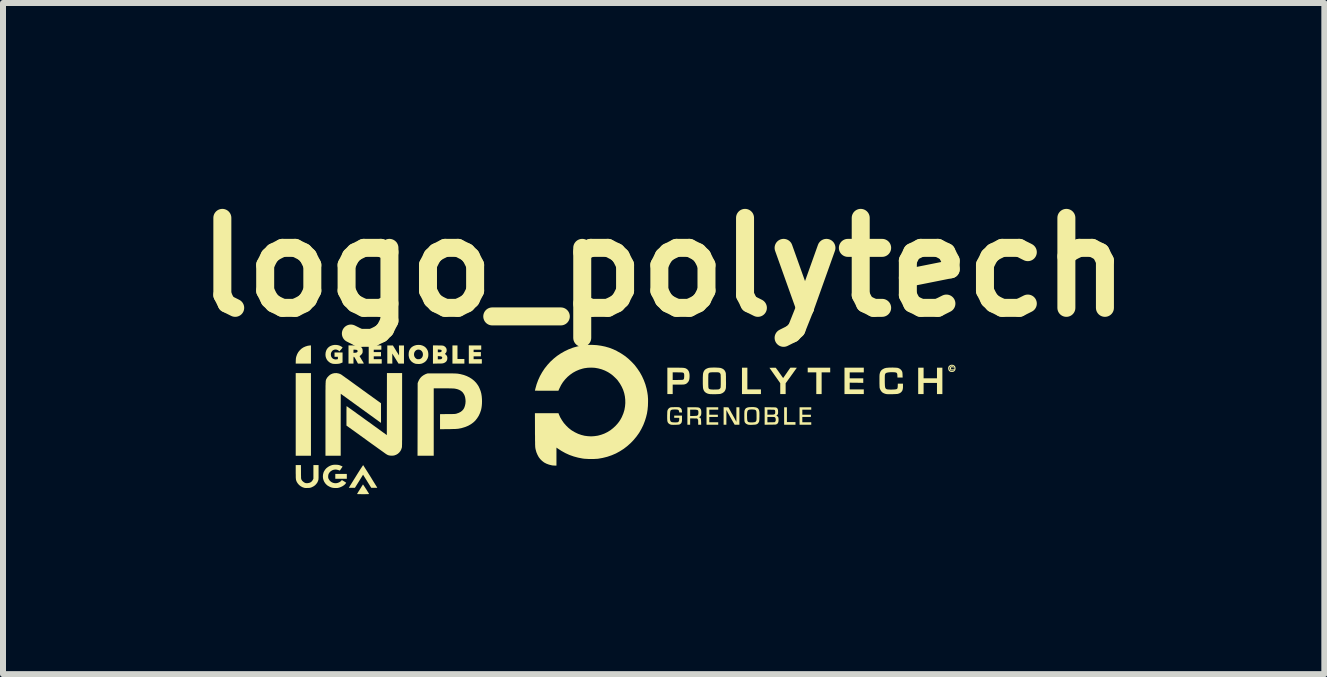
<source format=kicad_pcb>
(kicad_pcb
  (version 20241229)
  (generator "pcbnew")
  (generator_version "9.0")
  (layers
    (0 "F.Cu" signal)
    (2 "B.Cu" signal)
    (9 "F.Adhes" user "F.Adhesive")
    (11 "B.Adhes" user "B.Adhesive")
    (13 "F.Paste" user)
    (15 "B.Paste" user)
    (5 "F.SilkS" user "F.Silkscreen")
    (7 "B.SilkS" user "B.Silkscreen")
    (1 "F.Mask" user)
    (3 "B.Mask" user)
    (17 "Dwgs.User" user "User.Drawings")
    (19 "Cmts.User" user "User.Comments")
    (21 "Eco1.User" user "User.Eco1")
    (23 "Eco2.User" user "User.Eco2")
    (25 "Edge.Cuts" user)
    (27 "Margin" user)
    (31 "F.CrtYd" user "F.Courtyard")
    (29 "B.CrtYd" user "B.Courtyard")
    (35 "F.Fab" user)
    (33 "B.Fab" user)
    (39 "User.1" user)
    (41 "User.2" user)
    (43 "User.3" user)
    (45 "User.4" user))
  (footprint "logo_polytech"
    (layer "F.Cu")
    (at 7.379 3.944)
    (property "Reference" "logo_polytech" (at 0.635 -2.54 0) (layer "F.SilkS") (effects (font (size 1.5 1.5) (thickness 0.3))))
    (attr board_only exclude_from_pos_files exclude_from_bom)
    (fp_poly (pts (xy -5.245 -0.085) (xy -5.245 0.604) (xy -5.372 0.604) (xy -5.499 0.604) (xy -5.499 -0.085) (xy -5.499 -0.774) (xy -5.372 -0.774) (xy -5.245 -0.774)) (stroke (width 0) (type solid)) (fill yes) (layer "F.SilkS"))
    (fp_poly (pts (xy -4.647 0.947) (xy -4.647 0.988) (xy -4.743 0.988) (xy -4.839 0.988) (xy -4.839 0.947) (xy -4.839 0.907) (xy -4.743 0.907) (xy -4.647 0.907)) (stroke (width 0) (type solid)) (fill yes) (layer "F.SilkS"))
    (fp_poly (pts (xy -2.802 -1.122) (xy -2.802 -1.009) (xy -2.745 -1.009) (xy -2.687 -1.009) (xy -2.687 -0.971) (xy -2.687 -0.932) (xy -2.786 -0.932) (xy -2.886 -0.932) (xy -2.886 -1.084) (xy -2.886 -1.235) (xy -2.844 -1.235) (xy -2.802 -1.235)) (stroke (width 0) (type solid)) (fill yes) (layer "F.SilkS"))
    (fp_poly (pts (xy 2.031 -0.683) (xy 2.031 -0.502) (xy 2.144 -0.502) (xy 2.257 -0.502) (xy 2.257 -0.463) (xy 2.257 -0.424) (xy 2.099 -0.424) (xy 1.941 -0.424) (xy 1.941 -0.644) (xy 1.941 -0.864) (xy 1.986 -0.864) (xy 2.031 -0.864)) (stroke (width 0) (type solid)) (fill yes) (layer "F.SilkS"))
    (fp_poly (pts (xy 2.69 -0.08) (xy 2.69 0.043) (xy 2.762 0.043) (xy 2.833 0.043) (xy 2.833 0.065) (xy 2.833 0.087) (xy 2.738 0.087) (xy 2.644 0.087) (xy 2.644 -0.059) (xy 2.644 -0.204) (xy 2.667 -0.204) (xy 2.69 -0.204)) (stroke (width 0) (type solid)) (fill yes) (layer "F.SilkS"))
    (fp_poly (pts (xy 3.412 -0.825) (xy 3.412 -0.786) (xy 3.341 -0.786) (xy 3.269 -0.786) (xy 3.269 -0.605) (xy 3.269 -0.424) (xy 3.225 -0.424) (xy 3.18 -0.424) (xy 3.18 -0.605) (xy 3.18 -0.786) (xy 3.108 -0.786) (xy 3.037 -0.786) (xy 3.037 -0.825) (xy 3.037 -0.864) (xy 3.225 -0.864) (xy 3.412 -0.864)) (stroke (width 0) (type solid)) (fill yes) (layer "F.SilkS"))
    (fp_poly (pts (xy -5.245 -1.084) (xy -5.245 -0.932) (xy -5.372 -0.932) (xy -5.499 -0.932) (xy -5.498 -0.979) (xy -5.497 -1) (xy -5.496 -1.016) (xy -5.494 -1.03) (xy -5.491 -1.042) (xy -5.488 -1.054) (xy -5.474 -1.091) (xy -5.455 -1.125) (xy -5.431 -1.154) (xy -5.404 -1.18) (xy -5.373 -1.201) (xy -5.338 -1.217) (xy -5.3 -1.229) (xy -5.267 -1.234) (xy -5.245 -1.236)) (stroke (width 0) (type solid)) (fill yes) (layer "F.SilkS"))
    (fp_poly (pts (xy -4.071 -1.2) (xy -4.071 -1.164) (xy -4.135 -1.164) (xy -4.198 -1.164) (xy -4.198 -1.144) (xy -4.198 -1.124) (xy -4.138 -1.124) (xy -4.077 -1.124) (xy -4.077 -1.088) (xy -4.077 -1.053) (xy -4.138 -1.053) (xy -4.198 -1.053) (xy -4.198 -1.029) (xy -4.198 -1.006) (xy -4.132 -1.006) (xy -4.065 -1.006) (xy -4.065 -0.969) (xy -4.065 -0.932) (xy -4.173 -0.932) (xy -4.282 -0.932) (xy -4.282 -1.084) (xy -4.282 -1.235) (xy -4.177 -1.235) (xy -4.071 -1.235)) (stroke (width 0) (type solid)) (fill yes) (layer "F.SilkS"))
    (fp_poly (pts (xy -2.406 -1.2) (xy -2.406 -1.164) (xy -2.469 -1.164) (xy -2.533 -1.164) (xy -2.533 -1.144) (xy -2.533 -1.124) (xy -2.472 -1.124) (xy -2.412 -1.124) (xy -2.412 -1.088) (xy -2.412 -1.053) (xy -2.472 -1.053) (xy -2.533 -1.053) (xy -2.533 -1.029) (xy -2.533 -1.006) (xy -2.464 -1.006) (xy -2.396 -1.006) (xy -2.396 -0.969) (xy -2.396 -0.932) (xy -2.505 -0.932) (xy -2.613 -0.932) (xy -2.613 -1.084) (xy -2.613 -1.235) (xy -2.509 -1.235) (xy -2.406 -1.235)) (stroke (width 0) (type solid)) (fill yes) (layer "F.SilkS"))
    (fp_poly (pts (xy 1.545 -0.184) (xy 1.545 -0.164) (xy 1.471 -0.164) (xy 1.396 -0.164) (xy 1.396 -0.122) (xy 1.396 -0.08) (xy 1.468 -0.08) (xy 1.539 -0.08) (xy 1.539 -0.062) (xy 1.539 -0.043) (xy 1.468 -0.043) (xy 1.396 -0.043) (xy 1.396 0.002) (xy 1.396 0.046) (xy 1.471 0.046) (xy 1.545 0.046) (xy 1.545 0.067) (xy 1.545 0.087) (xy 1.447 0.087) (xy 1.35 0.087) (xy 1.35 -0.059) (xy 1.35 -0.204) (xy 1.447 -0.204) (xy 1.545 -0.204)) (stroke (width 0) (type solid)) (fill yes) (layer "F.SilkS"))
    (fp_poly (pts (xy 3.096 -0.184) (xy 3.096 -0.164) (xy 3.022 -0.164) (xy 2.947 -0.164) (xy 2.947 -0.122) (xy 2.947 -0.08) (xy 3.019 -0.08) (xy 3.09 -0.08) (xy 3.09 -0.062) (xy 3.09 -0.043) (xy 3.019 -0.043) (xy 2.947 -0.043) (xy 2.947 0.002) (xy 2.947 0.046) (xy 3.022 0.046) (xy 3.096 0.046) (xy 3.096 0.067) (xy 3.096 0.087) (xy 2.999 0.087) (xy 2.901 0.087) (xy 2.901 -0.059) (xy 2.901 -0.204) (xy 2.999 -0.204) (xy 3.096 -0.204)) (stroke (width 0) (type solid)) (fill yes) (layer "F.SilkS"))
    (fp_poly (pts (xy 3.972 -0.825) (xy 3.972 -0.786) (xy 3.855 -0.786) (xy 3.737 -0.786) (xy 3.737 -0.737) (xy 3.737 -0.687) (xy 3.85 -0.687) (xy 3.963 -0.687) (xy 3.963 -0.649) (xy 3.963 -0.611) (xy 3.85 -0.613) (xy 3.737 -0.614) (xy 3.737 -0.558) (xy 3.737 -0.502) (xy 3.855 -0.502) (xy 3.972 -0.502) (xy 3.972 -0.463) (xy 3.972 -0.424) (xy 3.811 -0.424) (xy 3.65 -0.424) (xy 3.65 -0.644) (xy 3.65 -0.864) (xy 3.811 -0.864) (xy 3.972 -0.864)) (stroke (width 0) (type solid)) (fill yes) (layer "F.SilkS"))
    (fp_poly (pts (xy 4.969 -0.776) (xy 4.969 -0.687) (xy 5.081 -0.687) (xy 5.192 -0.687) (xy 5.192 -0.776) (xy 5.192 -0.864) (xy 5.237 -0.864) (xy 5.282 -0.864) (xy 5.282 -0.644) (xy 5.282 -0.424) (xy 5.237 -0.424) (xy 5.192 -0.424) (xy 5.192 -0.517) (xy 5.192 -0.61) (xy 5.081 -0.61) (xy 4.969 -0.61) (xy 4.969 -0.517) (xy 4.969 -0.424) (xy 4.924 -0.424) (xy 4.879 -0.424) (xy 4.879 -0.644) (xy 4.879 -0.864) (xy 4.924 -0.864) (xy 4.969 -0.864)) (stroke (width 0) (type solid)) (fill yes) (layer "F.SilkS"))
    (fp_poly (pts (xy 1.674 -0.204) (xy 1.714 -0.203) (xy 1.757 -0.127) (xy 1.769 -0.104) (xy 1.783 -0.081) (xy 1.796 -0.057) (xy 1.808 -0.036) (xy 1.818 -0.017) (xy 1.824 -0.006) (xy 1.848 0.039) (xy 1.848 -0.083) (xy 1.848 -0.204) (xy 1.873 -0.204) (xy 1.898 -0.204) (xy 1.898 -0.059) (xy 1.898 0.087) (xy 1.858 0.087) (xy 1.819 0.087) (xy 1.793 0.042) (xy 1.848 0.042) (xy 1.85 0.043) (xy 1.851 0.042) (xy 1.85 0.04) (xy 1.848 0.042) (xy 1.793 0.042) (xy 1.766 -0.005) (xy 1.753 -0.028) (xy 1.74 -0.051) (xy 1.728 -0.073) (xy 1.717 -0.093) (xy 1.707 -0.11) (xy 1.7 -0.123) (xy 1.698 -0.128) (xy 1.681 -0.159) (xy 1.681 -0.036) (xy 1.681 0.087) (xy 1.658 0.087) (xy 1.635 0.087) (xy 1.635 -0.059) (xy 1.635 -0.205)) (stroke (width 0) (type solid)) (fill yes) (layer "F.SilkS"))
    (fp_poly (pts (xy -4.376 1.085) (xy -4.371 1.091) (xy -4.364 1.101) (xy -4.355 1.115) (xy -4.345 1.13) (xy -4.334 1.147) (xy -4.323 1.164) (xy -4.312 1.181) (xy -4.302 1.198) (xy -4.292 1.213) (xy -4.285 1.225) (xy -4.28 1.234) (xy -4.277 1.239) (xy -4.277 1.241) (xy -4.278 1.242) (xy -4.281 1.243) (xy -4.286 1.243) (xy -4.294 1.244) (xy -4.306 1.244) (xy -4.322 1.244) (xy -4.343 1.245) (xy -4.37 1.245) (xy -4.376 1.245) (xy -4.4 1.245) (xy -4.422 1.244) (xy -4.442 1.244) (xy -4.458 1.244) (xy -4.469 1.243) (xy -4.476 1.243) (xy -4.477 1.243) (xy -4.475 1.24) (xy -4.471 1.232) (xy -4.464 1.221) (xy -4.456 1.207) (xy -4.446 1.191) (xy -4.435 1.174) (xy -4.424 1.156) (xy -4.413 1.139) (xy -4.403 1.122) (xy -4.394 1.108) (xy -4.386 1.096) (xy -4.381 1.087) (xy -4.378 1.083) (xy -4.378 1.083)) (stroke (width 0) (type solid)) (fill yes) (layer "F.SilkS"))
    (fp_poly (pts (xy -3.925 -1.235) (xy -3.878 -1.234) (xy -3.828 -1.152) (xy -3.816 -1.132) (xy -3.804 -1.114) (xy -3.794 -1.098) (xy -3.786 -1.084) (xy -3.78 -1.075) (xy -3.777 -1.07) (xy -3.776 -1.069) (xy -3.776 -1.072) (xy -3.776 -1.08) (xy -3.776 -1.092) (xy -3.776 -1.109) (xy -3.776 -1.128) (xy -3.776 -1.15) (xy -3.776 -1.151) (xy -3.778 -1.235) (xy -3.736 -1.235) (xy -3.694 -1.235) (xy -3.694 -1.084) (xy -3.694 -0.932) (xy -3.74 -0.932) (xy -3.785 -0.932) (xy -3.835 -1.013) (xy -3.848 -1.034) (xy -3.859 -1.052) (xy -3.87 -1.069) (xy -3.878 -1.082) (xy -3.884 -1.092) (xy -3.887 -1.097) (xy -3.888 -1.098) (xy -3.889 -1.096) (xy -3.889 -1.089) (xy -3.889 -1.077) (xy -3.889 -1.061) (xy -3.889 -1.041) (xy -3.889 -1.02) (xy -3.889 -1.017) (xy -3.888 -0.932) (xy -3.93 -0.932) (xy -3.972 -0.932) (xy -3.972 -1.084) (xy -3.972 -1.235)) (stroke (width 0) (type solid)) (fill yes) (layer "F.SilkS"))
    (fp_poly (pts (xy 2.819 -0.864) (xy 2.834 -0.863) (xy 2.845 -0.863) (xy 2.853 -0.863) (xy 2.855 -0.862) (xy 2.853 -0.859) (xy 2.848 -0.852) (xy 2.84 -0.841) (xy 2.829 -0.826) (xy 2.816 -0.808) (xy 2.801 -0.787) (xy 2.785 -0.764) (xy 2.767 -0.74) (xy 2.762 -0.732) (xy 2.669 -0.604) (xy 2.669 -0.514) (xy 2.669 -0.424) (xy 2.624 -0.424) (xy 2.579 -0.424) (xy 2.579 -0.515) (xy 2.579 -0.606) (xy 2.489 -0.734) (xy 2.399 -0.862) (xy 2.45 -0.863) (xy 2.467 -0.863) (xy 2.482 -0.863) (xy 2.494 -0.863) (xy 2.501 -0.863) (xy 2.503 -0.863) (xy 2.506 -0.86) (xy 2.512 -0.853) (xy 2.52 -0.841) (xy 2.531 -0.827) (xy 2.543 -0.81) (xy 2.557 -0.791) (xy 2.567 -0.776) (xy 2.627 -0.691) (xy 2.651 -0.725) (xy 2.661 -0.739) (xy 2.673 -0.757) (xy 2.687 -0.776) (xy 2.7 -0.796) (xy 2.711 -0.812) (xy 2.748 -0.864) (xy 2.801 -0.864)) (stroke (width 0) (type solid)) (fill yes) (layer "F.SilkS"))
    (fp_poly (pts (xy 5.452 -0.888) (xy 5.459 -0.885) (xy 5.464 -0.882) (xy 5.47 -0.873) (xy 5.472 -0.867) (xy 5.468 -0.864) (xy 5.466 -0.864) (xy 5.458 -0.866) (xy 5.453 -0.868) (xy 5.446 -0.872) (xy 5.437 -0.872) (xy 5.43 -0.868) (xy 5.427 -0.862) (xy 5.426 -0.853) (xy 5.426 -0.853) (xy 5.427 -0.844) (xy 5.43 -0.838) (xy 5.43 -0.838) (xy 5.437 -0.834) (xy 5.445 -0.833) (xy 5.453 -0.836) (xy 5.455 -0.839) (xy 5.46 -0.843) (xy 5.466 -0.845) (xy 5.471 -0.844) (xy 5.474 -0.841) (xy 5.474 -0.841) (xy 5.471 -0.835) (xy 5.465 -0.827) (xy 5.458 -0.821) (xy 5.45 -0.817) (xy 5.449 -0.816) (xy 5.44 -0.816) (xy 5.432 -0.818) (xy 5.419 -0.824) (xy 5.411 -0.834) (xy 5.408 -0.848) (xy 5.407 -0.853) (xy 5.408 -0.864) (xy 5.41 -0.871) (xy 5.415 -0.878) (xy 5.416 -0.879) (xy 5.423 -0.885) (xy 5.43 -0.888) (xy 5.439 -0.889) (xy 5.441 -0.889)) (stroke (width 0) (type solid)) (fill yes) (layer "F.SilkS"))
    (fp_poly (pts (xy 5.445 -0.913) (xy 5.446 -0.913) (xy 5.465 -0.909) (xy 5.481 -0.9) (xy 5.493 -0.887) (xy 5.5 -0.87) (xy 5.502 -0.852) (xy 5.5 -0.834) (xy 5.493 -0.819) (xy 5.481 -0.805) (xy 5.479 -0.804) (xy 5.472 -0.799) (xy 5.466 -0.796) (xy 5.457 -0.794) (xy 5.445 -0.793) (xy 5.443 -0.793) (xy 5.428 -0.793) (xy 5.417 -0.795) (xy 5.41 -0.798) (xy 5.394 -0.809) (xy 5.384 -0.824) (xy 5.379 -0.842) (xy 5.378 -0.857) (xy 5.398 -0.857) (xy 5.399 -0.842) (xy 5.404 -0.829) (xy 5.413 -0.819) (xy 5.424 -0.812) (xy 5.437 -0.808) (xy 5.45 -0.809) (xy 5.463 -0.815) (xy 5.464 -0.816) (xy 5.476 -0.829) (xy 5.482 -0.844) (xy 5.483 -0.859) (xy 5.478 -0.873) (xy 5.469 -0.886) (xy 5.466 -0.888) (xy 5.452 -0.895) (xy 5.438 -0.897) (xy 5.425 -0.894) (xy 5.413 -0.886) (xy 5.404 -0.875) (xy 5.398 -0.86) (xy 5.398 -0.857) (xy 5.378 -0.857) (xy 5.378 -0.859) (xy 5.382 -0.877) (xy 5.391 -0.891) (xy 5.405 -0.903) (xy 5.411 -0.906) (xy 5.423 -0.911) (xy 5.433 -0.913)) (stroke (width 0) (type solid)) (fill yes) (layer "F.SilkS"))
    (fp_poly (pts (xy -4.373 0.762) (xy -4.371 0.765) (xy -4.366 0.773) (xy -4.358 0.786) (xy -4.348 0.802) (xy -4.336 0.821) (xy -4.322 0.843) (xy -4.307 0.866) (xy -4.291 0.892) (xy -4.274 0.919) (xy -4.257 0.946) (xy -4.24 0.973) (xy -4.224 1) (xy -4.208 1.026) (xy -4.193 1.05) (xy -4.179 1.072) (xy -4.167 1.092) (xy -4.156 1.109) (xy -4.148 1.122) (xy -4.143 1.131) (xy -4.14 1.135) (xy -4.14 1.135) (xy -4.141 1.137) (xy -4.143 1.138) (xy -4.149 1.139) (xy -4.159 1.139) (xy -4.174 1.139) (xy -4.189 1.139) (xy -4.24 1.138) (xy -4.308 1.029) (xy -4.376 0.92) (xy -4.444 1.03) (xy -4.512 1.139) (xy -4.563 1.139) (xy -4.58 1.139) (xy -4.594 1.139) (xy -4.605 1.138) (xy -4.612 1.138) (xy -4.613 1.137) (xy -4.612 1.135) (xy -4.607 1.127) (xy -4.599 1.115) (xy -4.59 1.099) (xy -4.577 1.079) (xy -4.563 1.056) (xy -4.547 1.031) (xy -4.53 1.003) (xy -4.511 0.973) (xy -4.495 0.947) (xy -4.472 0.91) (xy -4.452 0.878) (xy -4.434 0.85) (xy -4.42 0.827) (xy -4.407 0.808) (xy -4.397 0.793) (xy -4.389 0.781) (xy -4.383 0.772) (xy -4.379 0.766) (xy -4.376 0.763) (xy -4.374 0.762)) (stroke (width 0) (type solid)) (fill yes) (layer "F.SilkS"))
    (fp_poly (pts (xy -5.411 0.872) (xy -5.411 0.902) (xy -5.411 0.926) (xy -5.41 0.945) (xy -5.41 0.96) (xy -5.41 0.972) (xy -5.409 0.98) (xy -5.408 0.987) (xy -5.407 0.992) (xy -5.405 0.997) (xy -5.404 1.001) (xy -5.403 1.002) (xy -5.393 1.019) (xy -5.378 1.034) (xy -5.361 1.047) (xy -5.345 1.056) (xy -5.333 1.06) (xy -5.322 1.061) (xy -5.309 1.062) (xy -5.302 1.061) (xy -5.276 1.057) (xy -5.253 1.048) (xy -5.234 1.034) (xy -5.219 1.015) (xy -5.214 1.006) (xy -5.204 0.987) (xy -5.204 0.873) (xy -5.204 0.759) (xy -5.161 0.759) (xy -5.118 0.759) (xy -5.118 0.877) (xy -5.118 0.908) (xy -5.118 0.933) (xy -5.118 0.953) (xy -5.118 0.97) (xy -5.119 0.982) (xy -5.119 0.992) (xy -5.12 1) (xy -5.121 1.006) (xy -5.123 1.012) (xy -5.124 1.016) (xy -5.136 1.046) (xy -5.154 1.072) (xy -5.176 1.096) (xy -5.203 1.115) (xy -5.233 1.13) (xy -5.239 1.132) (xy -5.25 1.136) (xy -5.26 1.138) (xy -5.271 1.14) (xy -5.285 1.141) (xy -5.302 1.141) (xy -5.324 1.142) (xy -5.342 1.141) (xy -5.355 1.139) (xy -5.359 1.138) (xy -5.39 1.127) (xy -5.418 1.111) (xy -5.443 1.091) (xy -5.464 1.067) (xy -5.481 1.041) (xy -5.492 1.013) (xy -5.494 1.005) (xy -5.495 0.999) (xy -5.496 0.99) (xy -5.497 0.979) (xy -5.498 0.964) (xy -5.498 0.946) (xy -5.498 0.923) (xy -5.499 0.895) (xy -5.499 0.872) (xy -5.499 0.759) (xy -5.455 0.759) (xy -5.412 0.759)) (stroke (width 0) (type solid)) (fill yes) (layer "F.SilkS"))
    (fp_poly (pts (xy -3.419 -1.242) (xy -3.41 -1.24) (xy -3.381 -1.231) (xy -3.354 -1.217) (xy -3.331 -1.198) (xy -3.313 -1.176) (xy -3.299 -1.15) (xy -3.293 -1.131) (xy -3.29 -1.114) (xy -3.288 -1.094) (xy -3.288 -1.073) (xy -3.29 -1.053) (xy -3.291 -1.046) (xy -3.3 -1.018) (xy -3.315 -0.992) (xy -3.333 -0.97) (xy -3.356 -0.952) (xy -3.383 -0.938) (xy -3.405 -0.93) (xy -3.419 -0.928) (xy -3.436 -0.926) (xy -3.456 -0.926) (xy -3.475 -0.927) (xy -3.492 -0.928) (xy -3.503 -0.93) (xy -3.532 -0.941) (xy -3.558 -0.958) (xy -3.572 -0.97) (xy -3.59 -0.992) (xy -3.603 -1.014) (xy -3.611 -1.039) (xy -3.616 -1.067) (xy -3.616 -1.085) (xy -3.616 -1.087) (xy -3.527 -1.087) (xy -3.525 -1.066) (xy -3.519 -1.048) (xy -3.509 -1.032) (xy -3.496 -1.019) (xy -3.48 -1.009) (xy -3.476 -1.007) (xy -3.463 -1.005) (xy -3.448 -1.005) (xy -3.432 -1.007) (xy -3.419 -1.012) (xy -3.403 -1.023) (xy -3.39 -1.039) (xy -3.382 -1.057) (xy -3.378 -1.077) (xy -3.379 -1.097) (xy -3.383 -1.116) (xy -3.393 -1.134) (xy -3.401 -1.144) (xy -3.418 -1.157) (xy -3.436 -1.164) (xy -3.456 -1.166) (xy -3.475 -1.163) (xy -3.493 -1.154) (xy -3.505 -1.143) (xy -3.517 -1.127) (xy -3.524 -1.108) (xy -3.527 -1.087) (xy -3.616 -1.087) (xy -3.615 -1.109) (xy -3.612 -1.129) (xy -3.607 -1.147) (xy -3.598 -1.165) (xy -3.597 -1.167) (xy -3.582 -1.19) (xy -3.562 -1.209) (xy -3.538 -1.224) (xy -3.511 -1.235) (xy -3.482 -1.242) (xy -3.451 -1.244)) (stroke (width 0) (type solid)) (fill yes) (layer "F.SilkS"))
    (fp_poly (pts (xy -4.795 -1.24) (xy -4.774 -1.234) (xy -4.761 -1.229) (xy -4.748 -1.222) (xy -4.736 -1.215) (xy -4.726 -1.209) (xy -4.72 -1.203) (xy -4.718 -1.2) (xy -4.72 -1.196) (xy -4.725 -1.19) (xy -4.733 -1.179) (xy -4.745 -1.165) (xy -4.761 -1.148) (xy -4.771 -1.136) (xy -4.782 -1.147) (xy -4.798 -1.158) (xy -4.817 -1.165) (xy -4.837 -1.167) (xy -4.857 -1.164) (xy -4.875 -1.156) (xy -4.889 -1.145) (xy -4.9 -1.13) (xy -4.909 -1.113) (xy -4.911 -1.107) (xy -4.913 -1.089) (xy -4.912 -1.069) (xy -4.907 -1.05) (xy -4.903 -1.041) (xy -4.891 -1.025) (xy -4.876 -1.013) (xy -4.857 -1.005) (xy -4.836 -1.001) (xy -4.815 -1.003) (xy -4.806 -1.005) (xy -4.799 -1.006) (xy -4.797 -1.006) (xy -4.796 -1.009) (xy -4.796 -1.016) (xy -4.796 -1.026) (xy -4.796 -1.046) (xy -4.824 -1.046) (xy -4.852 -1.046) (xy -4.852 -1.082) (xy -4.852 -1.118) (xy -4.785 -1.118) (xy -4.718 -1.118) (xy -4.718 -1.034) (xy -4.718 -0.951) (xy -4.733 -0.945) (xy -4.75 -0.938) (xy -4.765 -0.933) (xy -4.781 -0.93) (xy -4.798 -0.928) (xy -4.82 -0.927) (xy -4.825 -0.927) (xy -4.85 -0.927) (xy -4.869 -0.928) (xy -4.883 -0.93) (xy -4.885 -0.93) (xy -4.914 -0.94) (xy -4.94 -0.956) (xy -4.962 -0.975) (xy -4.98 -0.999) (xy -4.993 -1.026) (xy -5.001 -1.055) (xy -5.003 -1.085) (xy -5 -1.117) (xy -4.992 -1.146) (xy -4.979 -1.173) (xy -4.961 -1.196) (xy -4.938 -1.215) (xy -4.919 -1.226) (xy -4.89 -1.237) (xy -4.859 -1.243) (xy -4.827 -1.244)) (stroke (width 0) (type solid)) (fill yes) (layer "F.SilkS"))
    (fp_poly (pts (xy -4.789 -0.769) (xy -4.76 -0.76) (xy -4.735 -0.746) (xy -4.73 -0.743) (xy -4.721 -0.736) (xy -4.708 -0.726) (xy -4.69 -0.714) (xy -4.669 -0.698) (xy -4.644 -0.681) (xy -4.616 -0.661) (xy -4.586 -0.639) (xy -4.553 -0.615) (xy -4.517 -0.589) (xy -4.48 -0.562) (xy -4.441 -0.534) (xy -4.402 -0.506) (xy -4.399 -0.503) (xy -4.077 -0.271) (xy -4.077 -0.108) (xy -4.077 0.056) (xy -4.091 0.047) (xy -4.095 0.044) (xy -4.104 0.037) (xy -4.117 0.028) (xy -4.134 0.015) (xy -4.155 -0.000097) (xy -4.18 -0.018) (xy -4.207 -0.038) (xy -4.238 -0.06) (xy -4.271 -0.084) (xy -4.306 -0.109) (xy -4.343 -0.136) (xy -4.382 -0.164) (xy -4.422 -0.193) (xy -4.426 -0.196) (xy -4.748 -0.429) (xy -4.749 0.087) (xy -4.749 0.604) (xy -4.876 0.604) (xy -5.003 0.604) (xy -5.003 -0.01) (xy -5.003 -0.084) (xy -5.003 -0.152) (xy -5.003 -0.214) (xy -5.003 -0.27) (xy -5.003 -0.322) (xy -5.003 -0.369) (xy -5.003 -0.411) (xy -5.003 -0.448) (xy -5.003 -0.482) (xy -5.002 -0.512) (xy -5.002 -0.538) (xy -5.002 -0.561) (xy -5.001 -0.581) (xy -5.001 -0.598) (xy -5 -0.612) (xy -4.999 -0.625) (xy -4.999 -0.635) (xy -4.998 -0.643) (xy -4.997 -0.65) (xy -4.995 -0.656) (xy -4.994 -0.661) (xy -4.993 -0.665) (xy -4.991 -0.669) (xy -4.989 -0.673) (xy -4.987 -0.676) (xy -4.985 -0.68) (xy -4.984 -0.682) (xy -4.974 -0.699) (xy -4.959 -0.716) (xy -4.942 -0.733) (xy -4.924 -0.747) (xy -4.911 -0.755) (xy -4.882 -0.767) (xy -4.851 -0.773) (xy -4.82 -0.774)) (stroke (width 0) (type solid)) (fill yes) (layer "F.SilkS"))
    (fp_poly (pts (xy 0.863 -0.864) (xy 0.893 -0.864) (xy 0.918 -0.863) (xy 0.939 -0.863) (xy 0.956 -0.862) (xy 0.969 -0.861) (xy 0.98 -0.859) (xy 0.989 -0.857) (xy 0.997 -0.855) (xy 1.004 -0.852) (xy 1.009 -0.85) (xy 1.029 -0.837) (xy 1.044 -0.82) (xy 1.056 -0.799) (xy 1.063 -0.774) (xy 1.067 -0.744) (xy 1.067 -0.711) (xy 1.065 -0.686) (xy 1.062 -0.666) (xy 1.057 -0.65) (xy 1.05 -0.635) (xy 1.04 -0.622) (xy 1.033 -0.614) (xy 1.022 -0.604) (xy 1.013 -0.597) (xy 1.003 -0.592) (xy 0.993 -0.589) (xy 0.986 -0.587) (xy 0.98 -0.585) (xy 0.972 -0.584) (xy 0.964 -0.583) (xy 0.952 -0.583) (xy 0.938 -0.582) (xy 0.919 -0.582) (xy 0.896 -0.582) (xy 0.879 -0.582) (xy 0.786 -0.582) (xy 0.786 -0.503) (xy 0.786 -0.424) (xy 0.742 -0.424) (xy 0.697 -0.424) (xy 0.697 -0.644) (xy 0.697 -0.787) (xy 0.786 -0.787) (xy 0.786 -0.723) (xy 0.786 -0.659) (xy 0.865 -0.659) (xy 0.888 -0.66) (xy 0.909 -0.66) (xy 0.928 -0.661) (xy 0.942 -0.661) (xy 0.952 -0.662) (xy 0.954 -0.663) (xy 0.963 -0.666) (xy 0.969 -0.671) (xy 0.973 -0.679) (xy 0.976 -0.691) (xy 0.977 -0.707) (xy 0.978 -0.717) (xy 0.978 -0.738) (xy 0.977 -0.755) (xy 0.974 -0.766) (xy 0.969 -0.775) (xy 0.962 -0.78) (xy 0.961 -0.78) (xy 0.957 -0.782) (xy 0.951 -0.783) (xy 0.942 -0.784) (xy 0.929 -0.785) (xy 0.913 -0.785) (xy 0.891 -0.786) (xy 0.869 -0.786) (xy 0.786 -0.787) (xy 0.697 -0.787) (xy 0.697 -0.864) (xy 0.828 -0.864)) (stroke (width 0) (type solid)) (fill yes) (layer "F.SilkS"))
    (fp_poly (pts (xy -4.536 -1.235) (xy -4.454 -1.234) (xy -4.434 -1.225) (xy -4.415 -1.213) (xy -4.399 -1.198) (xy -4.388 -1.181) (xy -4.388 -1.18) (xy -4.385 -1.168) (xy -4.383 -1.151) (xy -4.383 -1.142) (xy -4.383 -1.129) (xy -4.384 -1.119) (xy -4.386 -1.111) (xy -4.39 -1.102) (xy -4.392 -1.099) (xy -4.404 -1.083) (xy -4.42 -1.068) (xy -4.431 -1.06) (xy -4.433 -1.059) (xy -4.433 -1.056) (xy -4.431 -1.051) (xy -4.427 -1.043) (xy -4.42 -1.032) (xy -4.411 -1.017) (xy -4.4 -0.997) (xy -4.399 -0.997) (xy -4.389 -0.98) (xy -4.379 -0.964) (xy -4.372 -0.951) (xy -4.366 -0.941) (xy -4.363 -0.935) (xy -4.362 -0.934) (xy -4.365 -0.934) (xy -4.373 -0.933) (xy -4.386 -0.932) (xy -4.401 -0.932) (xy -4.412 -0.932) (xy -4.461 -0.932) (xy -4.491 -0.988) (xy -4.502 -1.008) (xy -4.511 -1.024) (xy -4.518 -1.034) (xy -4.523 -1.041) (xy -4.527 -1.045) (xy -4.529 -1.046) (xy -4.531 -1.046) (xy -4.533 -1.045) (xy -4.534 -1.043) (xy -4.535 -1.038) (xy -4.535 -1.029) (xy -4.536 -1.017) (xy -4.536 -0.999) (xy -4.536 -0.989) (xy -4.536 -0.932) (xy -4.578 -0.932) (xy -4.619 -0.932) (xy -4.619 -1.084) (xy -4.619 -1.164) (xy -4.536 -1.164) (xy -4.536 -1.137) (xy -4.536 -1.111) (xy -4.512 -1.113) (xy -4.498 -1.114) (xy -4.486 -1.117) (xy -4.479 -1.12) (xy -4.47 -1.128) (xy -4.467 -1.138) (xy -4.468 -1.148) (xy -4.475 -1.157) (xy -4.48 -1.16) (xy -4.487 -1.162) (xy -4.498 -1.163) (xy -4.51 -1.164) (xy -4.512 -1.164) (xy -4.536 -1.164) (xy -4.619 -1.164) (xy -4.619 -1.236)) (stroke (width 0) (type solid)) (fill yes) (layer "F.SilkS"))
    (fp_poly (pts (xy 1.146 -0.204) (xy 1.17 -0.204) (xy 1.189 -0.203) (xy 1.204 -0.202) (xy 1.216 -0.2) (xy 1.225 -0.198) (xy 1.232 -0.194) (xy 1.238 -0.19) (xy 1.244 -0.185) (xy 1.245 -0.183) (xy 1.254 -0.172) (xy 1.259 -0.158) (xy 1.262 -0.14) (xy 1.263 -0.117) (xy 1.263 -0.115) (xy 1.262 -0.091) (xy 1.257 -0.071) (xy 1.25 -0.057) (xy 1.238 -0.047) (xy 1.231 -0.043) (xy 1.222 -0.04) (xy 1.234 -0.034) (xy 1.242 -0.03) (xy 1.249 -0.024) (xy 1.253 -0.017) (xy 1.256 -0.007) (xy 1.258 0.007) (xy 1.259 0.026) (xy 1.26 0.039) (xy 1.261 0.087) (xy 1.236 0.087) (xy 1.211 0.087) (xy 1.211 0.045) (xy 1.211 0.028) (xy 1.21 0.016) (xy 1.21 0.008) (xy 1.208 0.003) (xy 1.206 -0.001) (xy 1.203 -0.005) (xy 1.202 -0.007) (xy 1.193 -0.017) (xy 1.135 -0.018) (xy 1.077 -0.019) (xy 1.077 0.034) (xy 1.077 0.087) (xy 1.054 0.087) (xy 1.031 0.087) (xy 1.031 -0.059) (xy 1.031 -0.164) (xy 1.077 -0.164) (xy 1.077 -0.111) (xy 1.077 -0.058) (xy 1.132 -0.059) (xy 1.153 -0.06) (xy 1.168 -0.061) (xy 1.179 -0.061) (xy 1.187 -0.063) (xy 1.193 -0.064) (xy 1.197 -0.066) (xy 1.197 -0.067) (xy 1.206 -0.074) (xy 1.211 -0.083) (xy 1.214 -0.097) (xy 1.215 -0.115) (xy 1.214 -0.129) (xy 1.213 -0.141) (xy 1.209 -0.15) (xy 1.203 -0.156) (xy 1.195 -0.16) (xy 1.182 -0.162) (xy 1.165 -0.164) (xy 1.142 -0.164) (xy 1.132 -0.164) (xy 1.077 -0.164) (xy 1.031 -0.164) (xy 1.031 -0.204) (xy 1.117 -0.204)) (stroke (width 0) (type solid)) (fill yes) (layer "F.SilkS"))
    (fp_poly (pts (xy -3.725 -0.165) (xy -3.725 -0.091) (xy -3.725 -0.024) (xy -3.725 0.038) (xy -3.725 0.094) (xy -3.725 0.146) (xy -3.725 0.192) (xy -3.725 0.233) (xy -3.725 0.271) (xy -3.725 0.304) (xy -3.725 0.333) (xy -3.726 0.358) (xy -3.726 0.38) (xy -3.726 0.399) (xy -3.726 0.415) (xy -3.727 0.428) (xy -3.727 0.439) (xy -3.727 0.448) (xy -3.728 0.455) (xy -3.728 0.46) (xy -3.729 0.464) (xy -3.729 0.466) (xy -3.739 0.497) (xy -3.753 0.525) (xy -3.773 0.55) (xy -3.796 0.571) (xy -3.823 0.587) (xy -3.853 0.598) (xy -3.856 0.599) (xy -3.875 0.602) (xy -3.898 0.603) (xy -3.92 0.602) (xy -3.94 0.599) (xy -3.946 0.598) (xy -3.96 0.593) (xy -3.974 0.587) (xy -3.981 0.583) (xy -3.985 0.58) (xy -3.995 0.574) (xy -4.008 0.565) (xy -4.026 0.552) (xy -4.047 0.537) (xy -4.072 0.519) (xy -4.1 0.499) (xy -4.131 0.477) (xy -4.164 0.453) (xy -4.199 0.428) (xy -4.237 0.401) (xy -4.276 0.373) (xy -4.316 0.344) (xy -4.325 0.337) (xy -4.653 0.101) (xy -4.653 -0.061) (xy -4.653 -0.1) (xy -4.653 -0.134) (xy -4.653 -0.163) (xy -4.652 -0.186) (xy -4.652 -0.204) (xy -4.651 -0.216) (xy -4.651 -0.222) (xy -4.65 -0.223) (xy -4.647 -0.221) (xy -4.64 -0.216) (xy -4.628 -0.208) (xy -4.612 -0.196) (xy -4.592 -0.182) (xy -4.568 -0.165) (xy -4.542 -0.146) (xy -4.512 -0.125) (xy -4.48 -0.101) (xy -4.445 -0.076) (xy -4.408 -0.05) (xy -4.37 -0.022) (xy -4.33 0.007) (xy -4.314 0.018) (xy -3.98 0.26) (xy -3.979 -0.257) (xy -3.978 -0.774) (xy -3.851 -0.774) (xy -3.725 -0.774)) (stroke (width 0) (type solid)) (fill yes) (layer "F.SilkS"))
    (fp_poly (pts (xy -4.804 0.755) (xy -4.783 0.758) (xy -4.771 0.761) (xy -4.758 0.766) (xy -4.745 0.771) (xy -4.733 0.776) (xy -4.724 0.781) (xy -4.719 0.784) (xy -4.718 0.785) (xy -4.72 0.788) (xy -4.724 0.795) (xy -4.731 0.804) (xy -4.738 0.815) (xy -4.746 0.827) (xy -4.754 0.838) (xy -4.76 0.846) (xy -4.764 0.851) (xy -4.767 0.85) (xy -4.774 0.848) (xy -4.784 0.844) (xy -4.785 0.844) (xy -4.813 0.836) (xy -4.84 0.834) (xy -4.867 0.838) (xy -4.892 0.847) (xy -4.916 0.863) (xy -4.924 0.87) (xy -4.941 0.89) (xy -4.952 0.91) (xy -4.957 0.934) (xy -4.958 0.949) (xy -4.958 0.963) (xy -4.956 0.974) (xy -4.953 0.985) (xy -4.949 0.992) (xy -4.935 1.015) (xy -4.917 1.033) (xy -4.895 1.048) (xy -4.871 1.057) (xy -4.845 1.062) (xy -4.818 1.061) (xy -4.796 1.056) (xy -4.774 1.047) (xy -4.752 1.033) (xy -4.737 1.018) (xy -4.729 1.009) (xy -4.693 1.031) (xy -4.676 1.041) (xy -4.665 1.049) (xy -4.659 1.054) (xy -4.659 1.057) (xy -4.672 1.075) (xy -4.691 1.093) (xy -4.714 1.109) (xy -4.739 1.122) (xy -4.766 1.133) (xy -4.781 1.137) (xy -4.8 1.141) (xy -4.822 1.142) (xy -4.846 1.142) (xy -4.87 1.14) (xy -4.89 1.137) (xy -4.894 1.136) (xy -4.918 1.128) (xy -4.943 1.116) (xy -4.967 1.102) (xy -4.982 1.09) (xy -5.005 1.066) (xy -5.023 1.039) (xy -5.036 1.009) (xy -5.044 0.978) (xy -5.046 0.946) (xy -5.043 0.914) (xy -5.035 0.883) (xy -5.027 0.865) (xy -5.009 0.836) (xy -4.986 0.81) (xy -4.958 0.789) (xy -4.928 0.772) (xy -4.895 0.76) (xy -4.876 0.756) (xy -4.853 0.754) (xy -4.828 0.754)) (stroke (width 0) (type solid)) (fill yes) (layer "F.SilkS"))
    (fp_poly (pts (xy -3.128 -1.235) (xy -3.103 -1.234) (xy -3.083 -1.234) (xy -3.068 -1.234) (xy -3.057 -1.233) (xy -3.048 -1.232) (xy -3.042 -1.231) (xy -3.037 -1.23) (xy -3.032 -1.228) (xy -3.029 -1.226) (xy -3.01 -1.215) (xy -2.996 -1.199) (xy -2.986 -1.181) (xy -2.982 -1.16) (xy -2.983 -1.145) (xy -2.985 -1.132) (xy -2.989 -1.122) (xy -2.995 -1.113) (xy -3.003 -1.104) (xy -3.009 -1.096) (xy -3.011 -1.092) (xy -3.01 -1.091) (xy -3.002 -1.086) (xy -2.993 -1.078) (xy -2.984 -1.068) (xy -2.978 -1.058) (xy -2.978 -1.058) (xy -2.972 -1.041) (xy -2.971 -1.022) (xy -2.973 -1.002) (xy -2.979 -0.984) (xy -2.98 -0.983) (xy -2.989 -0.968) (xy -3.002 -0.956) (xy -3.02 -0.945) (xy -3.031 -0.941) (xy -3.036 -0.939) (xy -3.042 -0.937) (xy -3.049 -0.936) (xy -3.057 -0.935) (xy -3.068 -0.934) (xy -3.083 -0.933) (xy -3.102 -0.933) (xy -3.126 -0.933) (xy -3.129 -0.933) (xy -3.211 -0.931) (xy -3.211 -1.057) (xy -3.13 -1.057) (xy -3.13 -1.03) (xy -3.13 -1.003) (xy -3.109 -1.003) (xy -3.096 -1.004) (xy -3.084 -1.005) (xy -3.077 -1.006) (xy -3.066 -1.012) (xy -3.059 -1.02) (xy -3.056 -1.03) (xy -3.059 -1.04) (xy -3.066 -1.047) (xy -3.072 -1.051) (xy -3.081 -1.053) (xy -3.093 -1.054) (xy -3.102 -1.055) (xy -3.13 -1.057) (xy -3.211 -1.057) (xy -3.211 -1.084) (xy -3.211 -1.168) (xy -3.13 -1.168) (xy -3.13 -1.144) (xy -3.13 -1.121) (xy -3.112 -1.121) (xy -3.1 -1.121) (xy -3.088 -1.123) (xy -3.083 -1.124) (xy -3.072 -1.13) (xy -3.066 -1.138) (xy -3.066 -1.149) (xy -3.066 -1.15) (xy -3.069 -1.156) (xy -3.074 -1.16) (xy -3.083 -1.163) (xy -3.096 -1.165) (xy -3.105 -1.166) (xy -3.13 -1.168) (xy -3.211 -1.168) (xy -3.211 -1.236)) (stroke (width 0) (type solid)) (fill yes) (layer "F.SilkS"))
    (fp_poly (pts (xy 2.413 -0.204) (xy 2.439 -0.203) (xy 2.46 -0.203) (xy 2.477 -0.203) (xy 2.489 -0.202) (xy 2.498 -0.202) (xy 2.505 -0.201) (xy 2.51 -0.2) (xy 2.513 -0.198) (xy 2.517 -0.196) (xy 2.518 -0.196) (xy 2.529 -0.187) (xy 2.536 -0.175) (xy 2.541 -0.159) (xy 2.543 -0.138) (xy 2.543 -0.128) (xy 2.543 -0.109) (xy 2.54 -0.094) (xy 2.536 -0.084) (xy 2.529 -0.076) (xy 2.523 -0.072) (xy 2.516 -0.067) (xy 2.514 -0.063) (xy 2.518 -0.062) (xy 2.519 -0.062) (xy 2.525 -0.059) (xy 2.533 -0.053) (xy 2.541 -0.045) (xy 2.546 -0.036) (xy 2.548 -0.031) (xy 2.549 -0.023) (xy 2.551 -0.01) (xy 2.551 0.003) (xy 2.551 0.005) (xy 2.55 0.028) (xy 2.546 0.046) (xy 2.539 0.061) (xy 2.529 0.072) (xy 2.519 0.078) (xy 2.515 0.08) (xy 2.511 0.082) (xy 2.506 0.083) (xy 2.5 0.084) (xy 2.491 0.085) (xy 2.479 0.085) (xy 2.463 0.085) (xy 2.442 0.086) (xy 2.416 0.086) (xy 2.413 0.086) (xy 2.319 0.087) (xy 2.319 -0.043) (xy 2.365 -0.043) (xy 2.365 0.002) (xy 2.365 0.047) (xy 2.426 0.046) (xy 2.486 0.045) (xy 2.494 0.036) (xy 2.499 0.031) (xy 2.502 0.024) (xy 2.503 0.015) (xy 2.504 0.007) (xy 2.503 -0.012) (xy 2.498 -0.027) (xy 2.49 -0.037) (xy 2.486 -0.039) (xy 2.48 -0.041) (xy 2.469 -0.042) (xy 2.452 -0.043) (xy 2.429 -0.043) (xy 2.422 -0.043) (xy 2.365 -0.043) (xy 2.319 -0.043) (xy 2.319 -0.059) (xy 2.319 -0.164) (xy 2.365 -0.164) (xy 2.365 -0.122) (xy 2.365 -0.08) (xy 2.413 -0.081) (xy 2.43 -0.081) (xy 2.447 -0.081) (xy 2.46 -0.082) (xy 2.47 -0.083) (xy 2.472 -0.084) (xy 2.483 -0.087) (xy 2.49 -0.093) (xy 2.494 -0.101) (xy 2.495 -0.114) (xy 2.495 -0.124) (xy 2.495 -0.137) (xy 2.494 -0.146) (xy 2.491 -0.153) (xy 2.49 -0.155) (xy 2.487 -0.158) (xy 2.485 -0.16) (xy 2.481 -0.161) (xy 2.474 -0.162) (xy 2.465 -0.163) (xy 2.452 -0.163) (xy 2.433 -0.163) (xy 2.424 -0.164) (xy 2.365 -0.164) (xy 2.319 -0.164) (xy 2.319 -0.205)) (stroke (width 0) (type solid)) (fill yes) (layer "F.SilkS"))
    (fp_poly (pts (xy 0.85 -0.206) (xy 0.866 -0.206) (xy 0.878 -0.205) (xy 0.887 -0.205) (xy 0.894 -0.204) (xy 0.899 -0.202) (xy 0.904 -0.2) (xy 0.909 -0.197) (xy 0.922 -0.188) (xy 0.931 -0.176) (xy 0.937 -0.161) (xy 0.94 -0.14) (xy 0.94 -0.14) (xy 0.942 -0.118) (xy 0.919 -0.118) (xy 0.895 -0.118) (xy 0.893 -0.134) (xy 0.89 -0.145) (xy 0.886 -0.153) (xy 0.879 -0.16) (xy 0.869 -0.164) (xy 0.855 -0.166) (xy 0.836 -0.167) (xy 0.812 -0.167) (xy 0.807 -0.167) (xy 0.788 -0.166) (xy 0.774 -0.164) (xy 0.763 -0.16) (xy 0.754 -0.155) (xy 0.749 -0.146) (xy 0.745 -0.134) (xy 0.743 -0.118) (xy 0.741 -0.096) (xy 0.741 -0.074) (xy 0.74 -0.044) (xy 0.74 -0.018) (xy 0.742 0.002) (xy 0.745 0.017) (xy 0.75 0.029) (xy 0.758 0.037) (xy 0.768 0.043) (xy 0.782 0.046) (xy 0.799 0.047) (xy 0.82 0.048) (xy 0.824 0.048) (xy 0.841 0.048) (xy 0.854 0.047) (xy 0.862 0.047) (xy 0.869 0.045) (xy 0.874 0.043) (xy 0.876 0.042) (xy 0.885 0.035) (xy 0.89 0.025) (xy 0.894 0.011) (xy 0.895 -0.007) (xy 0.895 -0.028) (xy 0.853 -0.028) (xy 0.811 -0.028) (xy 0.811 -0.046) (xy 0.811 -0.065) (xy 0.876 -0.065) (xy 0.941 -0.065) (xy 0.941 -0.019) (xy 0.941 0.005) (xy 0.94 0.024) (xy 0.937 0.039) (xy 0.934 0.05) (xy 0.929 0.059) (xy 0.922 0.067) (xy 0.92 0.069) (xy 0.91 0.076) (xy 0.9 0.082) (xy 0.896 0.084) (xy 0.888 0.085) (xy 0.875 0.086) (xy 0.859 0.087) (xy 0.841 0.088) (xy 0.822 0.088) (xy 0.803 0.089) (xy 0.786 0.088) (xy 0.772 0.088) (xy 0.763 0.087) (xy 0.741 0.081) (xy 0.723 0.07) (xy 0.71 0.057) (xy 0.705 0.049) (xy 0.701 0.04) (xy 0.698 0.03) (xy 0.696 0.017) (xy 0.695 0.000207) (xy 0.694 -0.02) (xy 0.694 -0.046) (xy 0.694 -0.07) (xy 0.695 -0.093) (xy 0.695 -0.111) (xy 0.696 -0.125) (xy 0.696 -0.135) (xy 0.698 -0.143) (xy 0.699 -0.15) (xy 0.701 -0.156) (xy 0.702 -0.159) (xy 0.713 -0.177) (xy 0.727 -0.191) (xy 0.745 -0.201) (xy 0.749 -0.202) (xy 0.757 -0.203) (xy 0.77 -0.205) (xy 0.787 -0.205) (xy 0.81 -0.206) (xy 0.828 -0.206)) (stroke (width 0) (type solid)) (fill yes) (layer "F.SilkS"))
    (fp_poly (pts (xy -3.02 -0.769) (xy -2.98 -0.769) (xy -2.945 -0.769) (xy -2.916 -0.769) (xy -2.89 -0.769) (xy -2.868 -0.768) (xy -2.849 -0.768) (xy -2.832 -0.767) (xy -2.818 -0.766) (xy -2.805 -0.765) (xy -2.794 -0.764) (xy -2.783 -0.762) (xy -2.772 -0.76) (xy -2.76 -0.758) (xy -2.748 -0.756) (xy -2.746 -0.755) (xy -2.695 -0.742) (xy -2.647 -0.724) (xy -2.602 -0.702) (xy -2.561 -0.676) (xy -2.524 -0.646) (xy -2.491 -0.612) (xy -2.464 -0.575) (xy -2.449 -0.551) (xy -2.431 -0.512) (xy -2.416 -0.473) (xy -2.405 -0.432) (xy -2.398 -0.389) (xy -2.394 -0.342) (xy -2.393 -0.305) (xy -2.394 -0.264) (xy -2.397 -0.227) (xy -2.402 -0.192) (xy -2.409 -0.16) (xy -2.41 -0.156) (xy -2.427 -0.107) (xy -2.448 -0.062) (xy -2.474 -0.021) (xy -2.504 0.017) (xy -2.539 0.05) (xy -2.579 0.079) (xy -2.623 0.104) (xy -2.671 0.124) (xy -2.72 0.139) (xy -2.737 0.144) (xy -2.753 0.147) (xy -2.769 0.15) (xy -2.784 0.153) (xy -2.8 0.155) (xy -2.818 0.156) (xy -2.839 0.158) (xy -2.862 0.158) (xy -2.89 0.159) (xy -2.922 0.16) (xy -2.958 0.16) (xy -3.093 0.162) (xy -3.093 0.036) (xy -3.093 -0.089) (xy -2.967 -0.091) (xy -2.935 -0.091) (xy -2.909 -0.091) (xy -2.888 -0.091) (xy -2.871 -0.092) (xy -2.857 -0.092) (xy -2.847 -0.093) (xy -2.838 -0.094) (xy -2.831 -0.095) (xy -2.824 -0.096) (xy -2.818 -0.098) (xy -2.816 -0.099) (xy -2.781 -0.111) (xy -2.75 -0.127) (xy -2.725 -0.146) (xy -2.704 -0.17) (xy -2.69 -0.194) (xy -2.678 -0.227) (xy -2.67 -0.264) (xy -2.667 -0.302) (xy -2.669 -0.336) (xy -2.675 -0.373) (xy -2.686 -0.406) (xy -2.702 -0.434) (xy -2.721 -0.459) (xy -2.746 -0.479) (xy -2.775 -0.495) (xy -2.808 -0.507) (xy -2.846 -0.515) (xy -2.868 -0.517) (xy -2.878 -0.518) (xy -2.894 -0.518) (xy -2.914 -0.519) (xy -2.938 -0.519) (xy -2.965 -0.52) (xy -2.994 -0.52) (xy -3.025 -0.52) (xy -3.05 -0.52) (xy -3.198 -0.52) (xy -3.198 0.042) (xy -3.198 0.604) (xy -3.333 0.604) (xy -3.468 0.604) (xy -3.467 -0.001) (xy -3.466 -0.605) (xy -3.458 -0.628) (xy -3.442 -0.662) (xy -3.422 -0.692) (xy -3.397 -0.718) (xy -3.368 -0.739) (xy -3.336 -0.756) (xy -3.326 -0.76) (xy -3.299 -0.769) (xy -3.065 -0.769)) (stroke (width 0) (type solid)) (fill yes) (layer "F.SilkS"))
    (fp_poly (pts (xy 2.138 -0.207) (xy 2.162 -0.204) (xy 2.18 -0.2) (xy 2.195 -0.193) (xy 2.207 -0.185) (xy 2.216 -0.173) (xy 2.219 -0.169) (xy 2.223 -0.16) (xy 2.226 -0.151) (xy 2.229 -0.14) (xy 2.231 -0.126) (xy 2.232 -0.109) (xy 2.232 -0.088) (xy 2.232 -0.062) (xy 2.232 -0.049) (xy 2.231 -0.026) (xy 2.231 -0.008) (xy 2.23 0.006) (xy 2.229 0.017) (xy 2.228 0.025) (xy 2.227 0.032) (xy 2.225 0.038) (xy 2.223 0.041) (xy 2.213 0.059) (xy 2.2 0.072) (xy 2.181 0.081) (xy 2.179 0.082) (xy 2.169 0.084) (xy 2.154 0.086) (xy 2.136 0.087) (xy 2.116 0.088) (xy 2.096 0.089) (xy 2.076 0.089) (xy 2.06 0.088) (xy 2.047 0.087) (xy 2.046 0.086) (xy 2.029 0.081) (xy 2.012 0.072) (xy 1.999 0.061) (xy 1.995 0.056) (xy 1.99 0.049) (xy 1.987 0.042) (xy 1.984 0.034) (xy 1.983 0.024) (xy 1.981 0.012) (xy 1.981 -0.004) (xy 1.98 -0.024) (xy 1.98 -0.049) (xy 1.98 -0.059) (xy 1.98 -0.077) (xy 2.025 -0.077) (xy 2.026 -0.048) (xy 2.026 -0.022) (xy 2.028 -0.001) (xy 2.03 0.015) (xy 2.034 0.027) (xy 2.039 0.035) (xy 2.046 0.041) (xy 2.055 0.044) (xy 2.066 0.046) (xy 2.069 0.047) (xy 2.085 0.048) (xy 2.103 0.048) (xy 2.121 0.048) (xy 2.138 0.046) (xy 2.151 0.044) (xy 2.161 0.042) (xy 2.162 0.041) (xy 2.17 0.035) (xy 2.177 0.026) (xy 2.178 0.023) (xy 2.18 0.019) (xy 2.182 0.014) (xy 2.183 0.007) (xy 2.183 -0.001) (xy 2.184 -0.013) (xy 2.184 -0.029) (xy 2.184 -0.049) (xy 2.184 -0.059) (xy 2.184 -0.087) (xy 2.183 -0.11) (xy 2.182 -0.128) (xy 2.179 -0.141) (xy 2.174 -0.151) (xy 2.167 -0.158) (xy 2.158 -0.162) (xy 2.146 -0.165) (xy 2.13 -0.166) (xy 2.118 -0.167) (xy 2.094 -0.167) (xy 2.074 -0.166) (xy 2.059 -0.163) (xy 2.047 -0.158) (xy 2.038 -0.15) (xy 2.032 -0.138) (xy 2.028 -0.122) (xy 2.026 -0.102) (xy 2.025 -0.077) (xy 1.98 -0.077) (xy 1.98 -0.084) (xy 1.98 -0.103) (xy 1.981 -0.119) (xy 1.981 -0.13) (xy 1.982 -0.139) (xy 1.983 -0.146) (xy 1.985 -0.152) (xy 1.986 -0.154) (xy 1.992 -0.169) (xy 2.001 -0.182) (xy 2.012 -0.191) (xy 2.026 -0.198) (xy 2.044 -0.203) (xy 2.066 -0.206) (xy 2.094 -0.207) (xy 2.11 -0.207)) (stroke (width 0) (type solid)) (fill yes) (layer "F.SilkS"))
    (fp_poly (pts (xy 4.461 -0.866) (xy 4.484 -0.865) (xy 4.505 -0.864) (xy 4.523 -0.863) (xy 4.536 -0.861) (xy 4.542 -0.86) (xy 4.565 -0.85) (xy 4.585 -0.836) (xy 4.601 -0.818) (xy 4.612 -0.798) (xy 4.613 -0.793) (xy 4.615 -0.786) (xy 4.616 -0.774) (xy 4.618 -0.759) (xy 4.618 -0.742) (xy 4.618 -0.741) (xy 4.62 -0.7) (xy 4.576 -0.7) (xy 4.533 -0.7) (xy 4.532 -0.724) (xy 4.531 -0.745) (xy 4.529 -0.761) (xy 4.524 -0.772) (xy 4.517 -0.779) (xy 4.515 -0.781) (xy 4.505 -0.784) (xy 4.491 -0.787) (xy 4.473 -0.788) (xy 4.452 -0.789) (xy 4.43 -0.789) (xy 4.409 -0.788) (xy 4.388 -0.786) (xy 4.369 -0.783) (xy 4.355 -0.78) (xy 4.348 -0.777) (xy 4.338 -0.771) (xy 4.331 -0.764) (xy 4.328 -0.758) (xy 4.327 -0.754) (xy 4.325 -0.749) (xy 4.324 -0.743) (xy 4.323 -0.735) (xy 4.323 -0.724) (xy 4.322 -0.71) (xy 4.322 -0.692) (xy 4.322 -0.669) (xy 4.322 -0.653) (xy 4.322 -0.619) (xy 4.323 -0.59) (xy 4.324 -0.566) (xy 4.326 -0.547) (xy 4.329 -0.532) (xy 4.334 -0.521) (xy 4.341 -0.513) (xy 4.349 -0.507) (xy 4.361 -0.503) (xy 4.375 -0.501) (xy 4.392 -0.5) (xy 4.412 -0.499) (xy 4.438 -0.499) (xy 4.462 -0.5) (xy 4.484 -0.501) (xy 4.502 -0.503) (xy 4.516 -0.506) (xy 4.521 -0.508) (xy 4.527 -0.512) (xy 4.532 -0.518) (xy 4.535 -0.528) (xy 4.537 -0.542) (xy 4.538 -0.561) (xy 4.538 -0.563) (xy 4.539 -0.598) (xy 4.582 -0.598) (xy 4.625 -0.598) (xy 4.625 -0.556) (xy 4.625 -0.533) (xy 4.623 -0.514) (xy 4.62 -0.499) (xy 4.616 -0.486) (xy 4.609 -0.473) (xy 4.606 -0.469) (xy 4.592 -0.453) (xy 4.573 -0.44) (xy 4.55 -0.431) (xy 4.541 -0.428) (xy 4.529 -0.426) (xy 4.513 -0.425) (xy 4.493 -0.424) (xy 4.47 -0.423) (xy 4.446 -0.422) (xy 4.422 -0.422) (xy 4.398 -0.422) (xy 4.377 -0.422) (xy 4.358 -0.423) (xy 4.344 -0.425) (xy 4.339 -0.426) (xy 4.311 -0.435) (xy 4.286 -0.448) (xy 4.266 -0.467) (xy 4.251 -0.49) (xy 4.241 -0.511) (xy 4.239 -0.517) (xy 4.238 -0.523) (xy 4.236 -0.529) (xy 4.235 -0.537) (xy 4.235 -0.547) (xy 4.234 -0.56) (xy 4.234 -0.576) (xy 4.233 -0.598) (xy 4.233 -0.624) (xy 4.233 -0.631) (xy 4.233 -0.665) (xy 4.233 -0.694) (xy 4.233 -0.719) (xy 4.234 -0.737) (xy 4.235 -0.75) (xy 4.235 -0.753) (xy 4.242 -0.781) (xy 4.253 -0.805) (xy 4.269 -0.825) (xy 4.29 -0.84) (xy 4.316 -0.853) (xy 4.341 -0.86) (xy 4.353 -0.862) (xy 4.37 -0.863) (xy 4.39 -0.865) (xy 4.413 -0.865) (xy 4.437 -0.866)) (stroke (width 0) (type solid)) (fill yes) (layer "F.SilkS"))
    (fp_poly (pts (xy 1.501 -0.866) (xy 1.524 -0.865) (xy 1.546 -0.864) (xy 1.565 -0.862) (xy 1.579 -0.861) (xy 1.582 -0.86) (xy 1.609 -0.851) (xy 1.63 -0.839) (xy 1.648 -0.823) (xy 1.661 -0.802) (xy 1.666 -0.79) (xy 1.668 -0.786) (xy 1.669 -0.781) (xy 1.671 -0.776) (xy 1.672 -0.769) (xy 1.672 -0.761) (xy 1.673 -0.75) (xy 1.673 -0.736) (xy 1.674 -0.718) (xy 1.674 -0.695) (xy 1.674 -0.667) (xy 1.674 -0.654) (xy 1.675 -0.618) (xy 1.675 -0.587) (xy 1.674 -0.561) (xy 1.674 -0.541) (xy 1.673 -0.527) (xy 1.672 -0.519) (xy 1.664 -0.493) (xy 1.652 -0.471) (xy 1.635 -0.454) (xy 1.613 -0.439) (xy 1.587 -0.429) (xy 1.584 -0.428) (xy 1.575 -0.426) (xy 1.56 -0.425) (xy 1.542 -0.424) (xy 1.521 -0.423) (xy 1.498 -0.422) (xy 1.475 -0.422) (xy 1.452 -0.422) (xy 1.431 -0.423) (xy 1.413 -0.423) (xy 1.399 -0.425) (xy 1.394 -0.425) (xy 1.365 -0.433) (xy 1.341 -0.445) (xy 1.322 -0.46) (xy 1.307 -0.48) (xy 1.297 -0.504) (xy 1.292 -0.522) (xy 1.291 -0.533) (xy 1.29 -0.549) (xy 1.289 -0.569) (xy 1.288 -0.593) (xy 1.288 -0.618) (xy 1.288 -0.645) (xy 1.288 -0.646) (xy 1.379 -0.646) (xy 1.379 -0.614) (xy 1.379 -0.588) (xy 1.38 -0.568) (xy 1.38 -0.551) (xy 1.381 -0.539) (xy 1.383 -0.529) (xy 1.384 -0.522) (xy 1.387 -0.517) (xy 1.39 -0.514) (xy 1.393 -0.511) (xy 1.395 -0.509) (xy 1.403 -0.506) (xy 1.413 -0.503) (xy 1.428 -0.501) (xy 1.446 -0.5) (xy 1.47 -0.499) (xy 1.492 -0.5) (xy 1.513 -0.5) (xy 1.529 -0.501) (xy 1.541 -0.501) (xy 1.549 -0.502) (xy 1.556 -0.504) (xy 1.561 -0.506) (xy 1.562 -0.506) (xy 1.574 -0.516) (xy 1.581 -0.525) (xy 1.582 -0.528) (xy 1.584 -0.532) (xy 1.585 -0.537) (xy 1.585 -0.544) (xy 1.586 -0.553) (xy 1.586 -0.566) (xy 1.587 -0.582) (xy 1.587 -0.602) (xy 1.587 -0.628) (xy 1.587 -0.644) (xy 1.587 -0.673) (xy 1.587 -0.696) (xy 1.586 -0.714) (xy 1.586 -0.728) (xy 1.586 -0.739) (xy 1.585 -0.747) (xy 1.584 -0.753) (xy 1.583 -0.758) (xy 1.581 -0.761) (xy 1.581 -0.763) (xy 1.571 -0.776) (xy 1.562 -0.782) (xy 1.557 -0.784) (xy 1.552 -0.785) (xy 1.546 -0.786) (xy 1.537 -0.787) (xy 1.525 -0.788) (xy 1.509 -0.788) (xy 1.488 -0.788) (xy 1.483 -0.788) (xy 1.457 -0.788) (xy 1.437 -0.787) (xy 1.421 -0.786) (xy 1.41 -0.784) (xy 1.401 -0.782) (xy 1.394 -0.778) (xy 1.39 -0.774) (xy 1.386 -0.768) (xy 1.384 -0.765) (xy 1.383 -0.761) (xy 1.382 -0.757) (xy 1.381 -0.751) (xy 1.38 -0.742) (xy 1.38 -0.731) (xy 1.38 -0.716) (xy 1.379 -0.697) (xy 1.379 -0.673) (xy 1.379 -0.646) (xy 1.288 -0.646) (xy 1.288 -0.671) (xy 1.288 -0.696) (xy 1.289 -0.72) (xy 1.29 -0.74) (xy 1.291 -0.755) (xy 1.292 -0.765) (xy 1.299 -0.791) (xy 1.31 -0.813) (xy 1.325 -0.831) (xy 1.345 -0.845) (xy 1.37 -0.856) (xy 1.382 -0.86) (xy 1.393 -0.862) (xy 1.409 -0.864) (xy 1.429 -0.865) (xy 1.452 -0.866) (xy 1.476 -0.866)) (stroke (width 0) (type solid)) (fill yes) (layer "F.SilkS"))
    (fp_poly (pts (xy -0.553 -1.244) (xy -0.479 -1.24) (xy -0.409 -1.23) (xy -0.341 -1.216) (xy -0.274 -1.197) (xy -0.208 -1.172) (xy -0.142 -1.141) (xy -0.142 -1.14) (xy -0.076 -1.103) (xy -0.013 -1.061) (xy 0.046 -1.014) (xy 0.1 -0.963) (xy 0.151 -0.909) (xy 0.196 -0.85) (xy 0.238 -0.788) (xy 0.274 -0.723) (xy 0.305 -0.655) (xy 0.331 -0.585) (xy 0.351 -0.513) (xy 0.362 -0.458) (xy 0.367 -0.427) (xy 0.371 -0.398) (xy 0.373 -0.37) (xy 0.375 -0.34) (xy 0.375 -0.307) (xy 0.375 -0.293) (xy 0.373 -0.226) (xy 0.367 -0.162) (xy 0.357 -0.1) (xy 0.342 -0.039) (xy 0.323 0.022) (xy 0.296 0.092) (xy 0.263 0.159) (xy 0.226 0.223) (xy 0.183 0.283) (xy 0.135 0.341) (xy 0.086 0.392) (xy 0.029 0.443) (xy -0.031 0.489) (xy -0.095 0.53) (xy -0.161 0.566) (xy -0.231 0.596) (xy -0.304 0.621) (xy -0.38 0.64) (xy -0.447 0.652) (xy -0.468 0.655) (xy -0.494 0.656) (xy -0.523 0.658) (xy -0.555 0.658) (xy -0.587 0.658) (xy -0.62 0.658) (xy -0.65 0.656) (xy -0.678 0.655) (xy -0.702 0.652) (xy -0.712 0.651) (xy -0.79 0.636) (xy -0.864 0.616) (xy -0.935 0.591) (xy -1.003 0.56) (xy -1.068 0.524) (xy -1.128 0.485) (xy -1.152 0.468) (xy -1.152 0.618) (xy -1.152 0.768) (xy -1.18 0.768) (xy -1.197 0.767) (xy -1.214 0.766) (xy -1.229 0.764) (xy -1.232 0.763) (xy -1.277 0.752) (xy -1.32 0.736) (xy -1.358 0.716) (xy -1.392 0.69) (xy -1.422 0.66) (xy -1.448 0.626) (xy -1.469 0.587) (xy -1.487 0.544) (xy -1.5 0.496) (xy -1.504 0.475) (xy -1.505 0.47) (xy -1.505 0.463) (xy -1.506 0.454) (xy -1.507 0.444) (xy -1.507 0.431) (xy -1.508 0.416) (xy -1.508 0.397) (xy -1.508 0.375) (xy -1.509 0.349) (xy -1.509 0.318) (xy -1.509 0.283) (xy -1.51 0.242) (xy -1.51 0.196) (xy -1.51 0.171) (xy -1.511 -0.105) (xy -1.315 -0.105) (xy -1.118 -0.105) (xy -1.11 -0.083) (xy -1.088 -0.034) (xy -1.06 0.013) (xy -1.028 0.059) (xy -0.991 0.101) (xy -0.951 0.14) (xy -0.907 0.175) (xy -0.895 0.183) (xy -0.844 0.213) (xy -0.792 0.238) (xy -0.738 0.257) (xy -0.683 0.271) (xy -0.627 0.278) (xy -0.571 0.281) (xy -0.516 0.277) (xy -0.461 0.269) (xy -0.406 0.254) (xy -0.354 0.235) (xy -0.303 0.21) (xy -0.254 0.18) (xy -0.208 0.144) (xy -0.167 0.106) (xy -0.136 0.072) (xy -0.109 0.038) (xy -0.086 0.003) (xy -0.065 -0.035) (xy -0.059 -0.048) (xy -0.036 -0.103) (xy -0.019 -0.159) (xy -0.009 -0.215) (xy -0.004 -0.273) (xy -0.005 -0.33) (xy -0.011 -0.386) (xy -0.023 -0.442) (xy -0.041 -0.497) (xy -0.065 -0.549) (xy -0.094 -0.6) (xy -0.128 -0.648) (xy -0.133 -0.655) (xy -0.148 -0.672) (xy -0.166 -0.69) (xy -0.186 -0.709) (xy -0.206 -0.728) (xy -0.225 -0.744) (xy -0.241 -0.756) (xy -0.291 -0.789) (xy -0.344 -0.816) (xy -0.399 -0.837) (xy -0.455 -0.852) (xy -0.512 -0.862) (xy -0.57 -0.865) (xy -0.629 -0.863) (xy -0.687 -0.855) (xy -0.717 -0.848) (xy -0.772 -0.831) (xy -0.826 -0.808) (xy -0.877 -0.78) (xy -0.924 -0.747) (xy -0.968 -0.71) (xy -1.008 -0.668) (xy -1.044 -0.623) (xy -1.075 -0.574) (xy -1.101 -0.521) (xy -1.107 -0.509) (xy -1.119 -0.48) (xy -1.315 -0.48) (xy -1.349 -0.48) (xy -1.381 -0.48) (xy -1.411 -0.48) (xy -1.438 -0.48) (xy -1.462 -0.48) (xy -1.481 -0.481) (xy -1.496 -0.481) (xy -1.506 -0.481) (xy -1.511 -0.481) (xy -1.511 -0.481) (xy -1.51 -0.485) (xy -1.508 -0.493) (xy -1.506 -0.505) (xy -1.503 -0.515) (xy -1.483 -0.587) (xy -1.457 -0.657) (xy -1.426 -0.725) (xy -1.39 -0.789) (xy -1.349 -0.851) (xy -1.303 -0.909) (xy -1.254 -0.963) (xy -1.2 -1.013) (xy -1.142 -1.06) (xy -1.081 -1.101) (xy -1.016 -1.138) (xy -0.949 -1.17) (xy -0.879 -1.197) (xy -0.849 -1.206) (xy -0.789 -1.222) (xy -0.731 -1.233) (xy -0.671 -1.24) (xy -0.61 -1.244)) (stroke (width 0) (type solid)) (fill yes) (layer "F.SilkS")))
  (gr_rect
    (start -3 -3)
    (end 19.029 8.189)
    (stroke (width 0.1) (type default))
    (fill no)
    (layer "Edge.Cuts")))
</source>
